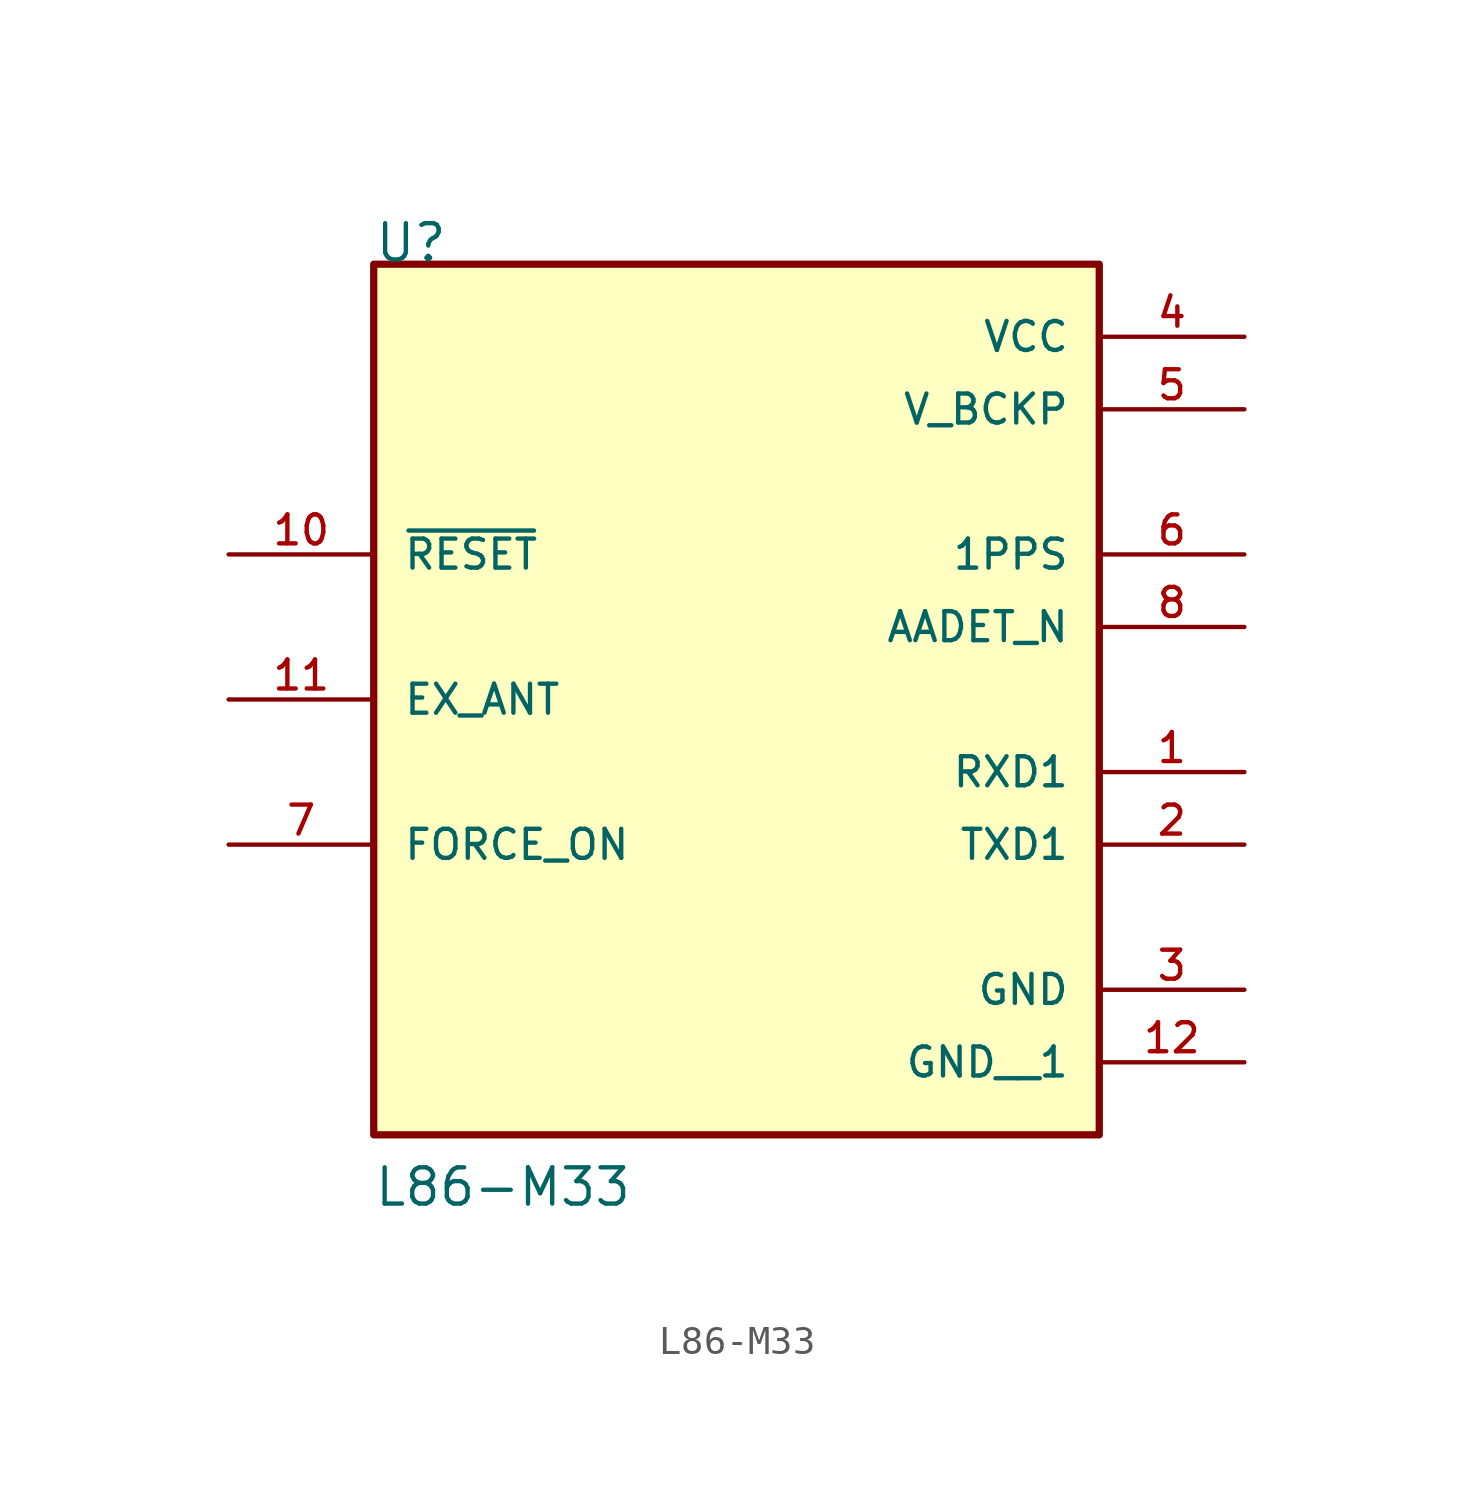
<source format=kicad_sym>
(kicad_symbol_lib
  (version 20211014)
  (generator kicad_symbol_editor)
  (symbol "L86-M33"
    (pin_names
      (offset 1.016))
    (property "Reference" "U"
      (at -12.704 12.704 0)
      (effects (font (size 1.27 1.27)) (justify bottom left)))
    (property "Value" "L86-M33"
      (at -12.721 -20.35 0)
      (effects (font (size 1.27 1.27)) (justify bottom left)))
    (symbol "L86-M33_0_0"
      (rectangle (start -12.7 -17.78) (end 12.7 12.7) (stroke (width 0.254)) (fill (type background)))
      (pin power_in line (at 17.78 10.16 180.0) (length 5.08) (name "VCC" (effects (font (size 1.016 1.016)))) (number "4" (effects (font (size 1.016 1.016)))))
      (pin power_in line (at 17.78 7.62 180.0) (length 5.08) (name "V_BCKP" (effects (font (size 1.016 1.016)))) (number "5" (effects (font (size 1.016 1.016)))))
      (pin input line (at -17.78 2.54 0) (length 5.08) (name "~{RESET}" (effects (font (size 1.016 1.016)))) (number "10" (effects (font (size 1.016 1.016)))))
      (pin input line (at 17.78 -5.08 180.0) (length 5.08) (name "RXD1" (effects (font (size 1.016 1.016)))) (number "1" (effects (font (size 1.016 1.016)))))
      (pin output line (at 17.78 -7.62 180.0) (length 5.08) (name "TXD1" (effects (font (size 1.016 1.016)))) (number "2" (effects (font (size 1.016 1.016)))))
      (pin input line (at -17.78 -2.54 0) (length 5.08) (name "EX_ANT" (effects (font (size 1.016 1.016)))) (number "11" (effects (font (size 1.016 1.016)))))
      (pin input line (at -17.78 -7.62 0) (length 5.08) (name "FORCE_ON" (effects (font (size 1.016 1.016)))) (number "7" (effects (font (size 1.016 1.016)))))
      (pin output line (at 17.78 2.54 180.0) (length 5.08) (name "1PPS" (effects (font (size 1.016 1.016)))) (number "6" (effects (font (size 1.016 1.016)))))
      (pin output line (at 17.78 0.0 180.0) (length 5.08) (name "AADET_N" (effects (font (size 1.016 1.016)))) (number "8" (effects (font (size 1.016 1.016)))))
      (pin passive line (at 17.78 -12.7 180.0) (length 5.08) (name "GND" (effects (font (size 1.016 1.016)))) (number "3" (effects (font (size 1.016 1.016)))))
      (pin passive line (at 17.78 -15.24 180.0) (length 5.08) (name "GND__1" (effects (font (size 1.016 1.016)))) (number "12" (effects (font (size 1.016 1.016))))))))
</source>
